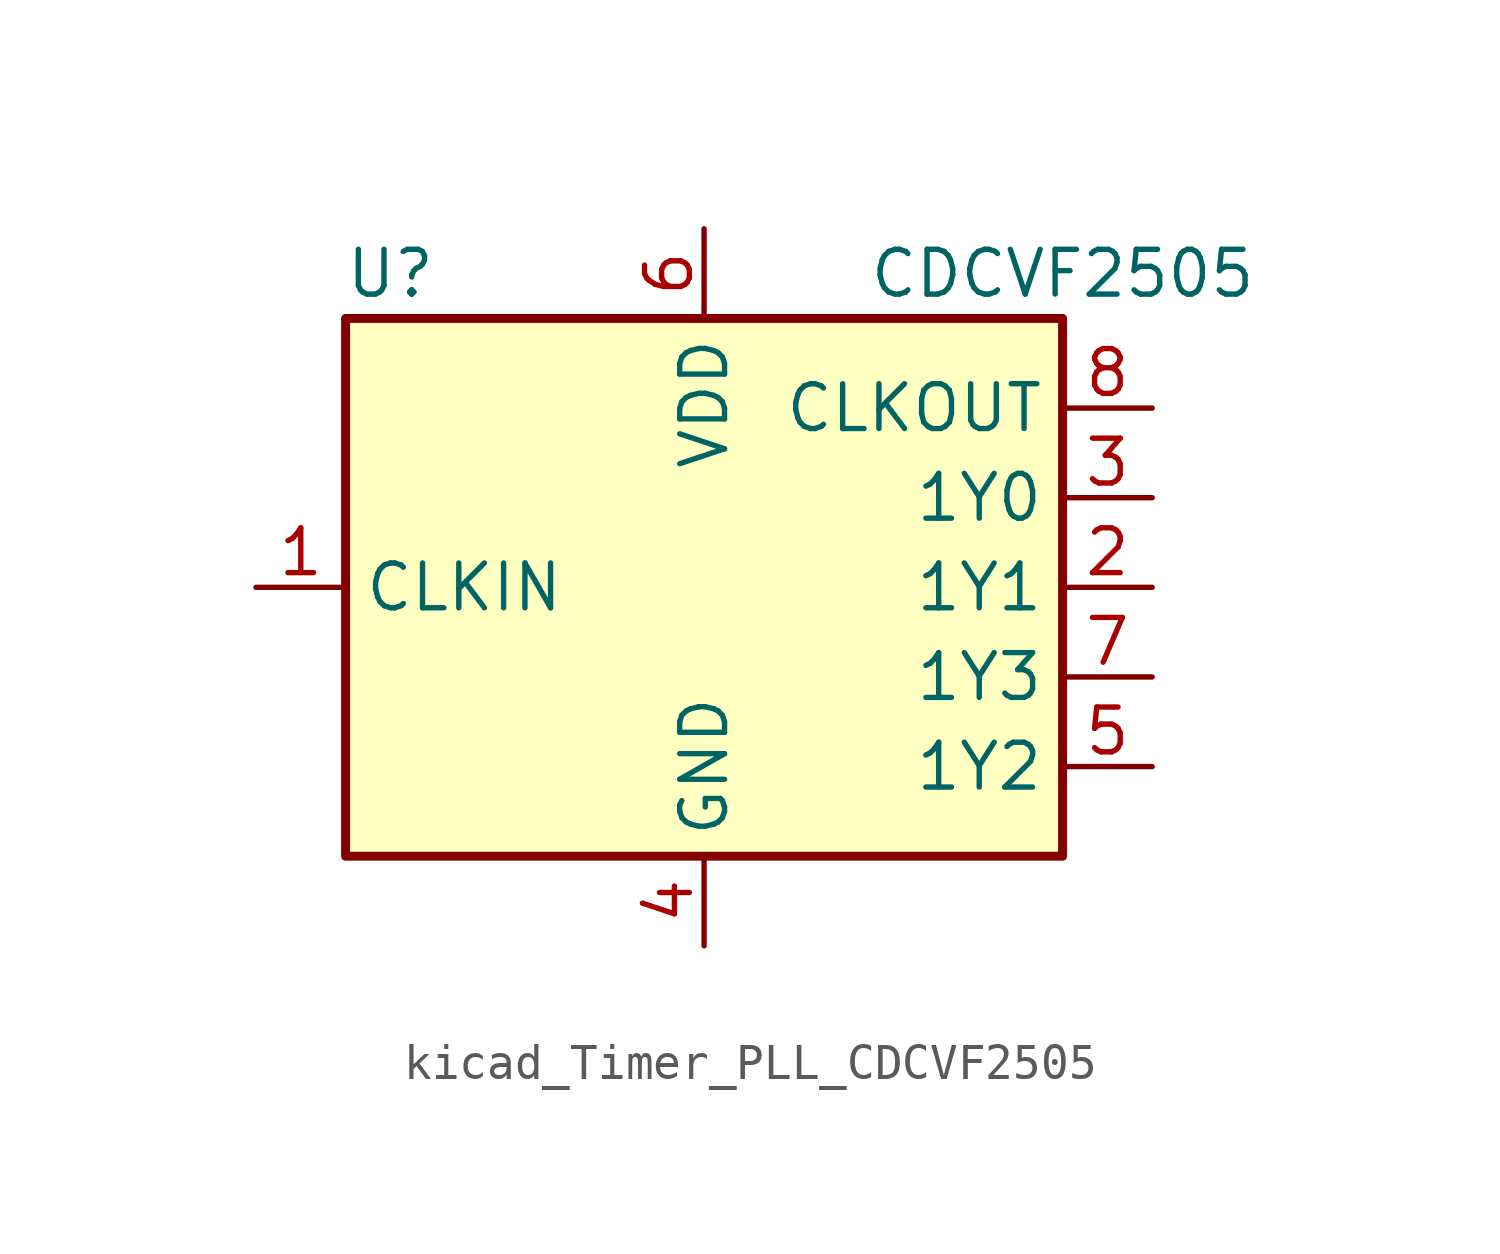
<source format=kicad_sym>
(kicad_symbol_lib
  (version 20220914)
  (generator kicad_symbol_editor)
  (symbol "kicad_Timer_PLL_CDCVF2505"
    (property "Reference" "U"
      (at -8.89 8.89 0)
      (effects (font (size 1.27 1.27))))
    (property "Value" "CDCVF2505"
      (at 10.16 8.89 0)
      (effects (font (size 1.27 1.27))))
    (symbol "kicad_Timer_PLL_CDCVF2505_0_1"
      (rectangle (start -10.16 7.62) (end 10.16 -7.62) (stroke (width 0.254) (type default)) (fill (type background))))
    (symbol "kicad_Timer_PLL_CDCVF2505_1_1"
      (pin input line (at -12.7 0 0) (length 2.54) (name "CLKIN" (effects (font (size 1.27 1.27)))) (number "1" (effects (font (size 1.27 1.27)))))
      (pin tri_state line (at 12.7 0 180) (length 2.54) (name "1Y1" (effects (font (size 1.27 1.27)))) (number "2" (effects (font (size 1.27 1.27)))))
      (pin tri_state line (at 12.7 2.54 180) (length 2.54) (name "1Y0" (effects (font (size 1.27 1.27)))) (number "3" (effects (font (size 1.27 1.27)))))
      (pin power_in line (at 0 -10.16 90) (length 2.54) (name "GND" (effects (font (size 1.27 1.27)))) (number "4" (effects (font (size 1.27 1.27)))))
      (pin tri_state line (at 12.7 -5.08 180) (length 2.54) (name "1Y2" (effects (font (size 1.27 1.27)))) (number "5" (effects (font (size 1.27 1.27)))))
      (pin power_in line (at 0 10.16 270) (length 2.54) (name "VDD" (effects (font (size 1.27 1.27)))) (number "6" (effects (font (size 1.27 1.27)))))
      (pin tri_state line (at 12.7 -2.54 180) (length 2.54) (name "1Y3" (effects (font (size 1.27 1.27)))) (number "7" (effects (font (size 1.27 1.27)))))
      (pin tri_state line (at 12.7 5.08 180) (length 2.54) (name "CLKOUT" (effects (font (size 1.27 1.27)))) (number "8" (effects (font (size 1.27 1.27))))))))
</source>
